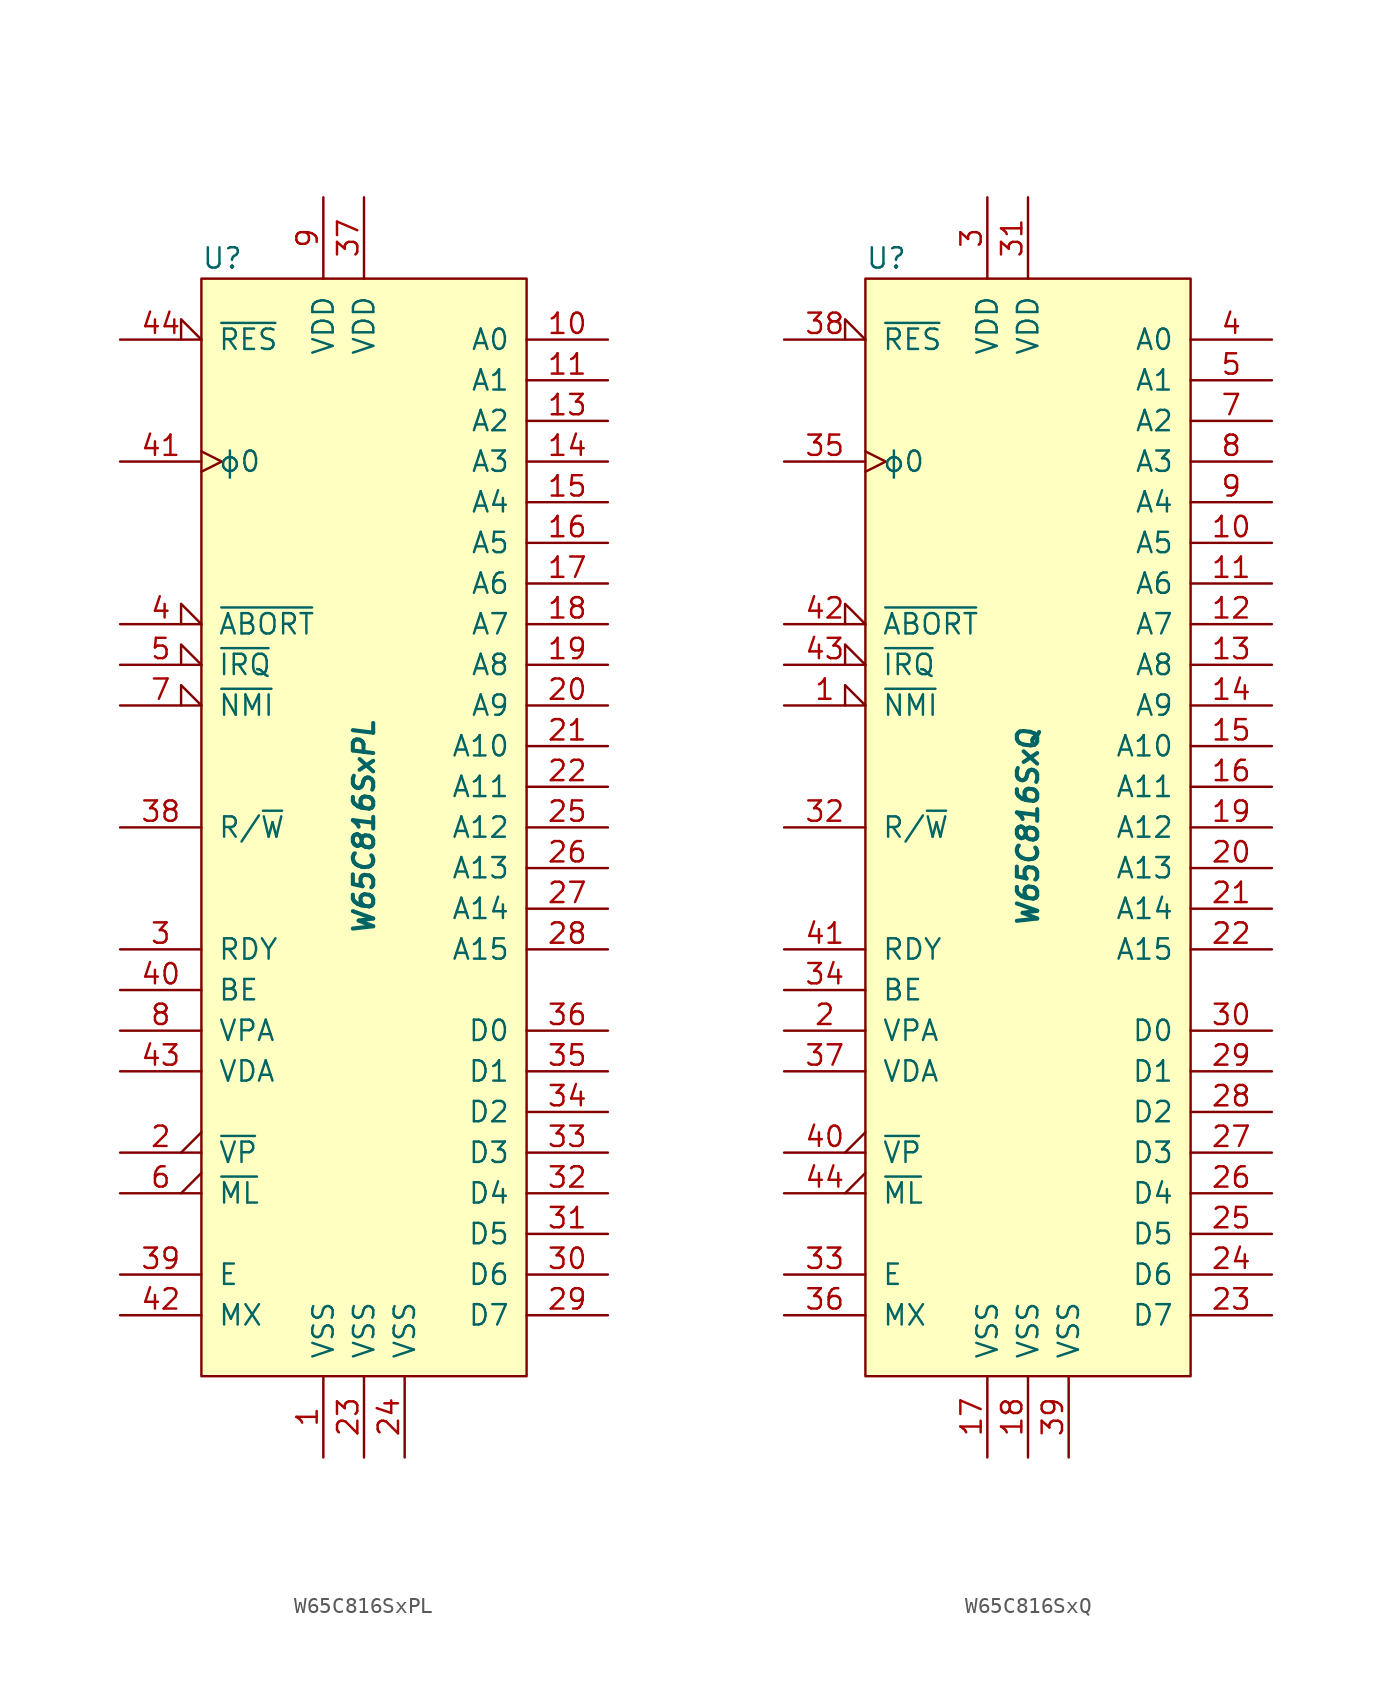
<source format=kicad_sym>
(kicad_symbol_lib
  (version 20211014)
  (generator kicad_symbol_editor)
  (symbol "W65C816SxPL"
    (pin_names
      (offset 1.016))
    (property "Reference" "U"
      (at -10.16 35.56 0)
      (effects (font (size 1.27 1.27)) (justify left)))
    (property "Value" "W65C816SxPL"
      (at 0 0 90)
      (effects (font (size 1.27 1.27) bold italic)))
    (symbol "W65C816SxPL_0_1"
      (rectangle (start -10.16 34.29) (end 10.16 -34.29) (stroke (width 0) (type default) (color 0 0 0 0)) (fill (type background))))
    (symbol "W65C816SxPL_1_1"
      (pin power_in line (at -2.54 -39.37 90) (length 5.08) (name "VSS" (effects (font (size 1.27 1.27)))) (number "1" (effects (font (size 1.27 1.27)))))
      (pin tri_state line (at 15.24 30.48 180) (length 5.08) (name "A0" (effects (font (size 1.27 1.27)))) (number "10" (effects (font (size 1.27 1.27)))))
      (pin tri_state line (at 15.24 27.94 180) (length 5.08) (name "A1" (effects (font (size 1.27 1.27)))) (number "11" (effects (font (size 1.27 1.27)))))
      (pin no_connect non_logic (at -10.16 -25.4 0) (length 2.54) hide (name "nc" (effects (font (size 1.27 1.27)))) (number "12" (effects (font (size 1.27 1.27)))))
      (pin tri_state line (at 15.24 25.4 180) (length 5.08) (name "A2" (effects (font (size 1.27 1.27)))) (number "13" (effects (font (size 1.27 1.27)))))
      (pin tri_state line (at 15.24 22.86 180) (length 5.08) (name "A3" (effects (font (size 1.27 1.27)))) (number "14" (effects (font (size 1.27 1.27)))))
      (pin tri_state line (at 15.24 20.32 180) (length 5.08) (name "A4" (effects (font (size 1.27 1.27)))) (number "15" (effects (font (size 1.27 1.27)))))
      (pin tri_state line (at 15.24 17.78 180) (length 5.08) (name "A5" (effects (font (size 1.27 1.27)))) (number "16" (effects (font (size 1.27 1.27)))))
      (pin tri_state line (at 15.24 15.24 180) (length 5.08) (name "A6" (effects (font (size 1.27 1.27)))) (number "17" (effects (font (size 1.27 1.27)))))
      (pin tri_state line (at 15.24 12.7 180) (length 5.08) (name "A7" (effects (font (size 1.27 1.27)))) (number "18" (effects (font (size 1.27 1.27)))))
      (pin tri_state line (at 15.24 10.16 180) (length 5.08) (name "A8" (effects (font (size 1.27 1.27)))) (number "19" (effects (font (size 1.27 1.27)))))
      (pin output output_low (at -15.24 -20.32 0) (length 5.08) (name "~{VP}" (effects (font (size 1.27 1.27)))) (number "2" (effects (font (size 1.27 1.27)))))
      (pin tri_state line (at 15.24 7.62 180) (length 5.08) (name "A9" (effects (font (size 1.27 1.27)))) (number "20" (effects (font (size 1.27 1.27)))))
      (pin tri_state line (at 15.24 5.08 180) (length 5.08) (name "A10" (effects (font (size 1.27 1.27)))) (number "21" (effects (font (size 1.27 1.27)))))
      (pin tri_state line (at 15.24 2.54 180) (length 5.08) (name "A11" (effects (font (size 1.27 1.27)))) (number "22" (effects (font (size 1.27 1.27)))))
      (pin power_in line (at 0 -39.37 90) (length 5.08) (name "VSS" (effects (font (size 1.27 1.27)))) (number "23" (effects (font (size 1.27 1.27)))))
      (pin power_in line (at 2.54 -39.37 90) (length 5.08) (name "VSS" (effects (font (size 1.27 1.27)))) (number "24" (effects (font (size 1.27 1.27)))))
      (pin tri_state line (at 15.24 0 180) (length 5.08) (name "A12" (effects (font (size 1.27 1.27)))) (number "25" (effects (font (size 1.27 1.27)))))
      (pin tri_state line (at 15.24 -2.54 180) (length 5.08) (name "A13" (effects (font (size 1.27 1.27)))) (number "26" (effects (font (size 1.27 1.27)))))
      (pin tri_state line (at 15.24 -5.08 180) (length 5.08) (name "A14" (effects (font (size 1.27 1.27)))) (number "27" (effects (font (size 1.27 1.27)))))
      (pin tri_state line (at 15.24 -7.62 180) (length 5.08) (name "A15" (effects (font (size 1.27 1.27)))) (number "28" (effects (font (size 1.27 1.27)))))
      (pin bidirectional line (at 15.24 -30.48 180) (length 5.08) (name "D7" (effects (font (size 1.27 1.27)))) (number "29" (effects (font (size 1.27 1.27)))))
      (pin open_collector line (at -15.24 -7.62 0) (length 5.08) (name "RDY" (effects (font (size 1.27 1.27)))) (number "3" (effects (font (size 1.27 1.27)))))
      (pin bidirectional line (at 15.24 -27.94 180) (length 5.08) (name "D6" (effects (font (size 1.27 1.27)))) (number "30" (effects (font (size 1.27 1.27)))))
      (pin bidirectional line (at 15.24 -25.4 180) (length 5.08) (name "D5" (effects (font (size 1.27 1.27)))) (number "31" (effects (font (size 1.27 1.27)))))
      (pin bidirectional line (at 15.24 -22.86 180) (length 5.08) (name "D4" (effects (font (size 1.27 1.27)))) (number "32" (effects (font (size 1.27 1.27)))))
      (pin bidirectional line (at 15.24 -20.32 180) (length 5.08) (name "D3" (effects (font (size 1.27 1.27)))) (number "33" (effects (font (size 1.27 1.27)))))
      (pin bidirectional line (at 15.24 -17.78 180) (length 5.08) (name "D2" (effects (font (size 1.27 1.27)))) (number "34" (effects (font (size 1.27 1.27)))))
      (pin bidirectional line (at 15.24 -15.24 180) (length 5.08) (name "D1" (effects (font (size 1.27 1.27)))) (number "35" (effects (font (size 1.27 1.27)))))
      (pin bidirectional line (at 15.24 -12.7 180) (length 5.08) (name "D0" (effects (font (size 1.27 1.27)))) (number "36" (effects (font (size 1.27 1.27)))))
      (pin power_in line (at 0 39.37 270) (length 5.08) (name "VDD" (effects (font (size 1.27 1.27)))) (number "37" (effects (font (size 1.27 1.27)))))
      (pin tri_state line (at -15.24 0 0) (length 5.08) (name "R/~{W}" (effects (font (size 1.27 1.27)))) (number "38" (effects (font (size 1.27 1.27)))))
      (pin output line (at -15.24 -27.94 0) (length 5.08) (name "E" (effects (font (size 1.27 1.27)))) (number "39" (effects (font (size 1.27 1.27)))))
      (pin input input_low (at -15.24 12.7 0) (length 5.08) (name "~{ABORT}" (effects (font (size 1.27 1.27)))) (number "4" (effects (font (size 1.27 1.27)))))
      (pin input line (at -15.24 -10.16 0) (length 5.08) (name "BE" (effects (font (size 1.27 1.27)))) (number "40" (effects (font (size 1.27 1.27)))))
      (pin input clock (at -15.24 22.86 0) (length 5.08) (name "ϕ0" (effects (font (size 1.27 1.27)))) (number "41" (effects (font (size 1.27 1.27)))))
      (pin output line (at -15.24 -30.48 0) (length 5.08) (name "MX" (effects (font (size 1.27 1.27)))) (number "42" (effects (font (size 1.27 1.27)))))
      (pin output line (at -15.24 -15.24 0) (length 5.08) (name "VDA" (effects (font (size 1.27 1.27)))) (number "43" (effects (font (size 1.27 1.27)))))
      (pin input input_low (at -15.24 30.48 0) (length 5.08) (name "~{RES}" (effects (font (size 1.27 1.27)))) (number "44" (effects (font (size 1.27 1.27)))))
      (pin input input_low (at -15.24 10.16 0) (length 5.08) (name "~{IRQ}" (effects (font (size 1.27 1.27)))) (number "5" (effects (font (size 1.27 1.27)))))
      (pin output output_low (at -15.24 -22.86 0) (length 5.08) (name "~{ML}" (effects (font (size 1.27 1.27)))) (number "6" (effects (font (size 1.27 1.27)))))
      (pin input input_low (at -15.24 7.62 0) (length 5.08) (name "~{NMI}" (effects (font (size 1.27 1.27)))) (number "7" (effects (font (size 1.27 1.27)))))
      (pin output line (at -15.24 -12.7 0) (length 5.08) (name "VPA" (effects (font (size 1.27 1.27)))) (number "8" (effects (font (size 1.27 1.27)))))
      (pin power_in line (at -2.54 39.37 270) (length 5.08) (name "VDD" (effects (font (size 1.27 1.27)))) (number "9" (effects (font (size 1.27 1.27)))))))
  (symbol "W65C816SxQ"
    (pin_names
      (offset 1.016))
    (property "Reference" "U"
      (at -10.16 35.56 0)
      (effects (font (size 1.27 1.27)) (justify left)))
    (property "Value" "W65C816SxQ"
      (at 0 0 90)
      (effects (font (size 1.27 1.27) bold italic)))
    (symbol "W65C816SxQ_0_1"
      (rectangle (start -10.16 34.29) (end 10.16 -34.29) (stroke (width 0) (type default) (color 0 0 0 0)) (fill (type background))))
    (symbol "W65C816SxQ_1_1"
      (pin input input_low (at -15.24 7.62 0) (length 5.08) (name "~{NMI}" (effects (font (size 1.27 1.27)))) (number "1" (effects (font (size 1.27 1.27)))))
      (pin tri_state line (at 15.24 17.78 180) (length 5.08) (name "A5" (effects (font (size 1.27 1.27)))) (number "10" (effects (font (size 1.27 1.27)))))
      (pin tri_state line (at 15.24 15.24 180) (length 5.08) (name "A6" (effects (font (size 1.27 1.27)))) (number "11" (effects (font (size 1.27 1.27)))))
      (pin tri_state line (at 15.24 12.7 180) (length 5.08) (name "A7" (effects (font (size 1.27 1.27)))) (number "12" (effects (font (size 1.27 1.27)))))
      (pin tri_state line (at 15.24 10.16 180) (length 5.08) (name "A8" (effects (font (size 1.27 1.27)))) (number "13" (effects (font (size 1.27 1.27)))))
      (pin tri_state line (at 15.24 7.62 180) (length 5.08) (name "A9" (effects (font (size 1.27 1.27)))) (number "14" (effects (font (size 1.27 1.27)))))
      (pin tri_state line (at 15.24 5.08 180) (length 5.08) (name "A10" (effects (font (size 1.27 1.27)))) (number "15" (effects (font (size 1.27 1.27)))))
      (pin tri_state line (at 15.24 2.54 180) (length 5.08) (name "A11" (effects (font (size 1.27 1.27)))) (number "16" (effects (font (size 1.27 1.27)))))
      (pin power_in line (at -2.54 -39.37 90) (length 5.08) (name "VSS" (effects (font (size 1.27 1.27)))) (number "17" (effects (font (size 1.27 1.27)))))
      (pin power_in line (at 0 -39.37 90) (length 5.08) (name "VSS" (effects (font (size 1.27 1.27)))) (number "18" (effects (font (size 1.27 1.27)))))
      (pin tri_state line (at 15.24 0 180) (length 5.08) (name "A12" (effects (font (size 1.27 1.27)))) (number "19" (effects (font (size 1.27 1.27)))))
      (pin output line (at -15.24 -12.7 0) (length 5.08) (name "VPA" (effects (font (size 1.27 1.27)))) (number "2" (effects (font (size 1.27 1.27)))))
      (pin tri_state line (at 15.24 -2.54 180) (length 5.08) (name "A13" (effects (font (size 1.27 1.27)))) (number "20" (effects (font (size 1.27 1.27)))))
      (pin tri_state line (at 15.24 -5.08 180) (length 5.08) (name "A14" (effects (font (size 1.27 1.27)))) (number "21" (effects (font (size 1.27 1.27)))))
      (pin tri_state line (at 15.24 -7.62 180) (length 5.08) (name "A15" (effects (font (size 1.27 1.27)))) (number "22" (effects (font (size 1.27 1.27)))))
      (pin bidirectional line (at 15.24 -30.48 180) (length 5.08) (name "D7" (effects (font (size 1.27 1.27)))) (number "23" (effects (font (size 1.27 1.27)))))
      (pin bidirectional line (at 15.24 -27.94 180) (length 5.08) (name "D6" (effects (font (size 1.27 1.27)))) (number "24" (effects (font (size 1.27 1.27)))))
      (pin bidirectional line (at 15.24 -25.4 180) (length 5.08) (name "D5" (effects (font (size 1.27 1.27)))) (number "25" (effects (font (size 1.27 1.27)))))
      (pin bidirectional line (at 15.24 -22.86 180) (length 5.08) (name "D4" (effects (font (size 1.27 1.27)))) (number "26" (effects (font (size 1.27 1.27)))))
      (pin bidirectional line (at 15.24 -20.32 180) (length 5.08) (name "D3" (effects (font (size 1.27 1.27)))) (number "27" (effects (font (size 1.27 1.27)))))
      (pin bidirectional line (at 15.24 -17.78 180) (length 5.08) (name "D2" (effects (font (size 1.27 1.27)))) (number "28" (effects (font (size 1.27 1.27)))))
      (pin bidirectional line (at 15.24 -15.24 180) (length 5.08) (name "D1" (effects (font (size 1.27 1.27)))) (number "29" (effects (font (size 1.27 1.27)))))
      (pin power_in line (at -2.54 39.37 270) (length 5.08) (name "VDD" (effects (font (size 1.27 1.27)))) (number "3" (effects (font (size 1.27 1.27)))))
      (pin bidirectional line (at 15.24 -12.7 180) (length 5.08) (name "D0" (effects (font (size 1.27 1.27)))) (number "30" (effects (font (size 1.27 1.27)))))
      (pin power_in line (at 0 39.37 270) (length 5.08) (name "VDD" (effects (font (size 1.27 1.27)))) (number "31" (effects (font (size 1.27 1.27)))))
      (pin tri_state line (at -15.24 0 0) (length 5.08) (name "R/~{W}" (effects (font (size 1.27 1.27)))) (number "32" (effects (font (size 1.27 1.27)))))
      (pin output line (at -15.24 -27.94 0) (length 5.08) (name "E" (effects (font (size 1.27 1.27)))) (number "33" (effects (font (size 1.27 1.27)))))
      (pin input line (at -15.24 -10.16 0) (length 5.08) (name "BE" (effects (font (size 1.27 1.27)))) (number "34" (effects (font (size 1.27 1.27)))))
      (pin input clock (at -15.24 22.86 0) (length 5.08) (name "ϕ0" (effects (font (size 1.27 1.27)))) (number "35" (effects (font (size 1.27 1.27)))))
      (pin output line (at -15.24 -30.48 0) (length 5.08) (name "MX" (effects (font (size 1.27 1.27)))) (number "36" (effects (font (size 1.27 1.27)))))
      (pin output line (at -15.24 -15.24 0) (length 5.08) (name "VDA" (effects (font (size 1.27 1.27)))) (number "37" (effects (font (size 1.27 1.27)))))
      (pin input input_low (at -15.24 30.48 0) (length 5.08) (name "~{RES}" (effects (font (size 1.27 1.27)))) (number "38" (effects (font (size 1.27 1.27)))))
      (pin power_in line (at 2.54 -39.37 90) (length 5.08) (name "VSS" (effects (font (size 1.27 1.27)))) (number "39" (effects (font (size 1.27 1.27)))))
      (pin tri_state line (at 15.24 30.48 180) (length 5.08) (name "A0" (effects (font (size 1.27 1.27)))) (number "4" (effects (font (size 1.27 1.27)))))
      (pin output output_low (at -15.24 -20.32 0) (length 5.08) (name "~{VP}" (effects (font (size 1.27 1.27)))) (number "40" (effects (font (size 1.27 1.27)))))
      (pin open_collector line (at -15.24 -7.62 0) (length 5.08) (name "RDY" (effects (font (size 1.27 1.27)))) (number "41" (effects (font (size 1.27 1.27)))))
      (pin input input_low (at -15.24 12.7 0) (length 5.08) (name "~{ABORT}" (effects (font (size 1.27 1.27)))) (number "42" (effects (font (size 1.27 1.27)))))
      (pin input input_low (at -15.24 10.16 0) (length 5.08) (name "~{IRQ}" (effects (font (size 1.27 1.27)))) (number "43" (effects (font (size 1.27 1.27)))))
      (pin output output_low (at -15.24 -22.86 0) (length 5.08) (name "~{ML}" (effects (font (size 1.27 1.27)))) (number "44" (effects (font (size 1.27 1.27)))))
      (pin tri_state line (at 15.24 27.94 180) (length 5.08) (name "A1" (effects (font (size 1.27 1.27)))) (number "5" (effects (font (size 1.27 1.27)))))
      (pin no_connect non_logic (at -10.16 -25.4 0) (length 2.54) hide (name "nc" (effects (font (size 1.27 1.27)))) (number "6" (effects (font (size 1.27 1.27)))))
      (pin tri_state line (at 15.24 25.4 180) (length 5.08) (name "A2" (effects (font (size 1.27 1.27)))) (number "7" (effects (font (size 1.27 1.27)))))
      (pin tri_state line (at 15.24 22.86 180) (length 5.08) (name "A3" (effects (font (size 1.27 1.27)))) (number "8" (effects (font (size 1.27 1.27)))))
      (pin tri_state line (at 15.24 20.32 180) (length 5.08) (name "A4" (effects (font (size 1.27 1.27)))) (number "9" (effects (font (size 1.27 1.27))))))))
</source>
